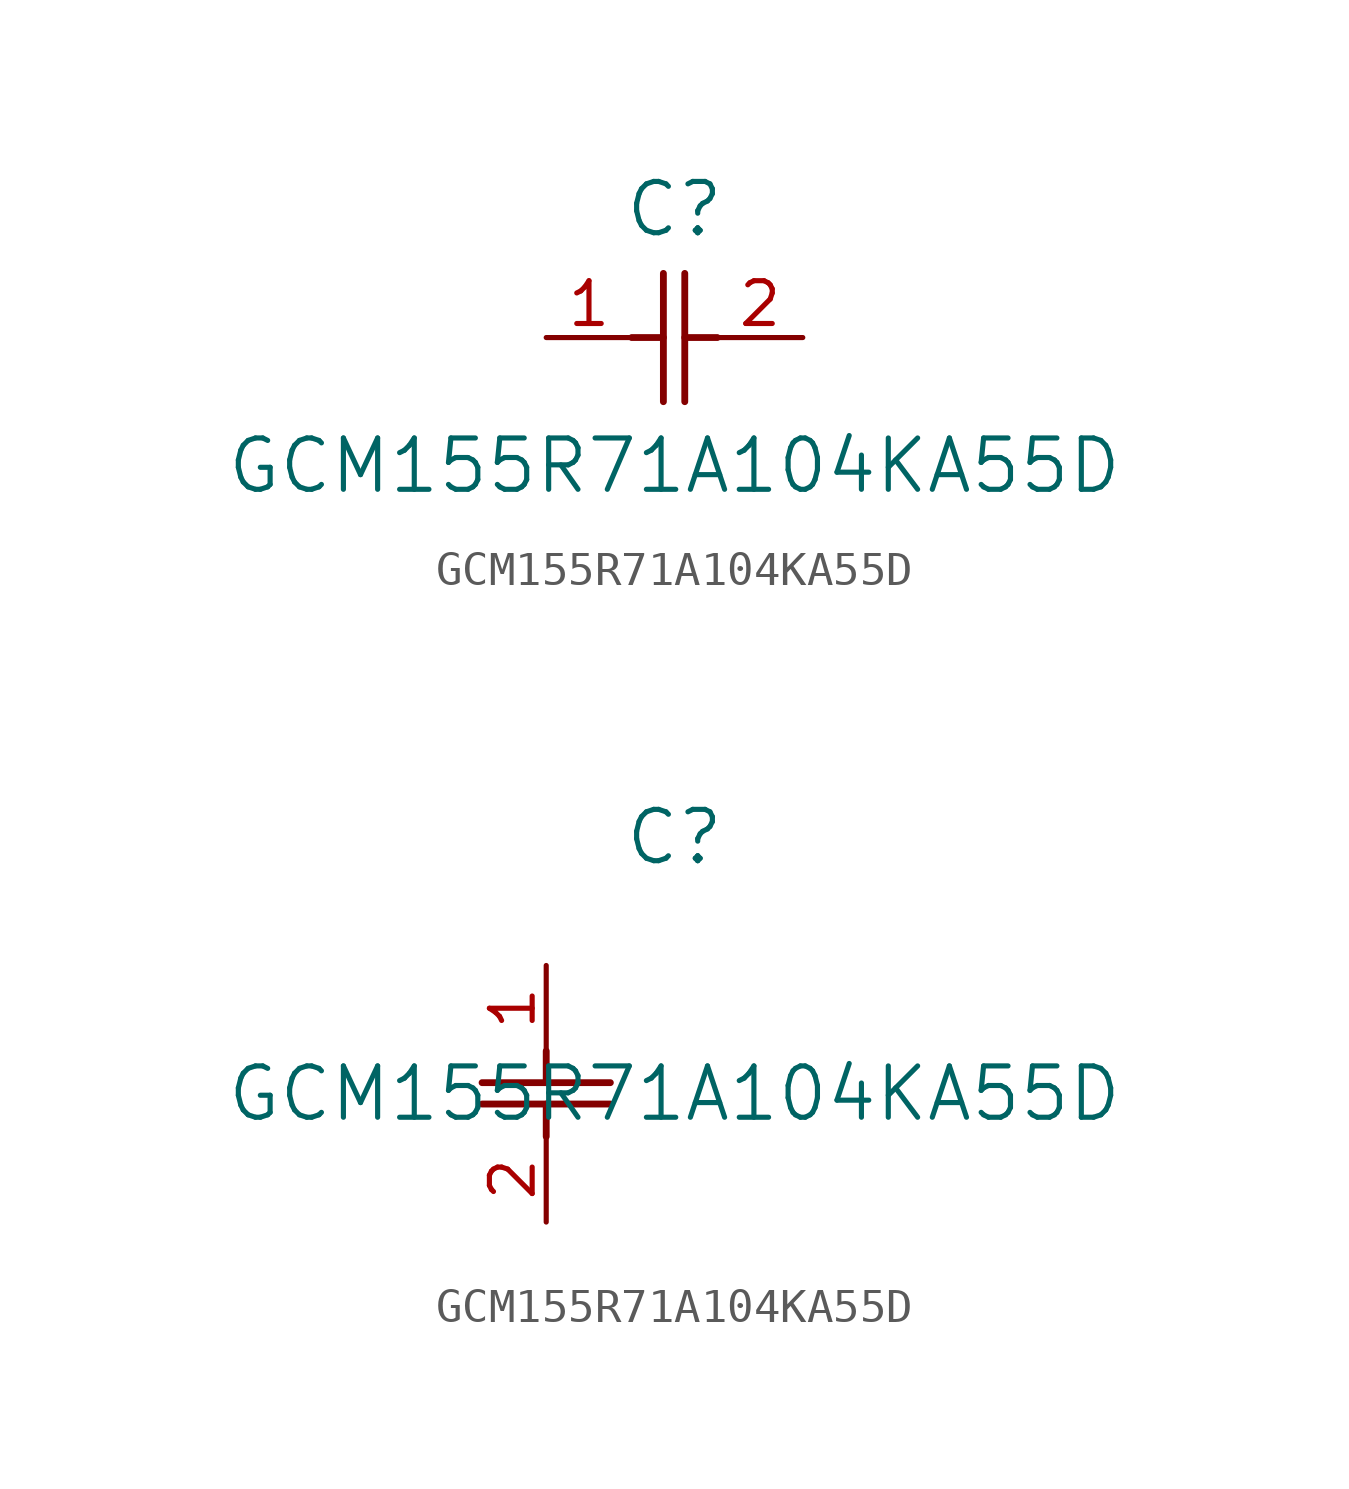
<source format=kicad_sym>
(kicad_symbol_lib
  (version 20211014)
  (generator kicad_symbol_editor)
  (symbol "GCM155R71A104KA55D"
    (pin_names
      (offset 0.254))
    (property "Reference" "C"
      (at 3.81 3.81 0)
      (effects (font (size 1.524 1.524))))
    (property "Value" "GCM155R71A104KA55D"
      (at 3.81 -3.81 0)
      (effects (font (size 1.524 1.524))))
    (symbol "GCM155R71A104KA55D_1_1"
      (polyline (pts (xy 3.48 -1.905) (xy 3.48 1.905)) (stroke (width 0.203) (type default) (color 0 0 0 0)) (fill (type none)))
      (polyline (pts (xy 4.115 -1.905) (xy 4.115 1.905)) (stroke (width 0.203) (type default) (color 0 0 0 0)) (fill (type none)))
      (polyline (pts (xy 4.115 0) (xy 5.08 0)) (stroke (width 0.203) (type default) (color 0 0 0 0)) (fill (type none)))
      (polyline (pts (xy 2.54 0) (xy 3.48 0)) (stroke (width 0.203) (type default) (color 0 0 0 0)) (fill (type none)))
      (pin unspecified line (at 0 0 0) (length 2.54) (name "" (effects (font (size 1.27 1.27)))) (number "1" (effects (font (size 1.27 1.27)))))
      (pin unspecified line (at 7.62 0 180) (length 2.54) (name "" (effects (font (size 1.27 1.27)))) (number "2" (effects (font (size 1.27 1.27))))))
    (symbol "GCM155R71A104KA55D_1_2"
      (polyline (pts (xy -1.905 -3.48) (xy 1.905 -3.48)) (stroke (width 0.203) (type default) (color 0 0 0 0)) (fill (type none)))
      (polyline (pts (xy -1.905 -4.115) (xy 1.905 -4.115)) (stroke (width 0.203) (type default) (color 0 0 0 0)) (fill (type none)))
      (polyline (pts (xy 0 -4.115) (xy 0 -5.08)) (stroke (width 0.203) (type default) (color 0 0 0 0)) (fill (type none)))
      (polyline (pts (xy 0 -2.54) (xy 0 -3.48)) (stroke (width 0.203) (type default) (color 0 0 0 0)) (fill (type none)))
      (pin unspecified line (at 0 0 270) (length 2.54) (name "" (effects (font (size 1.27 1.27)))) (number "1" (effects (font (size 1.27 1.27)))))
      (pin unspecified line (at 0 -7.62 90) (length 2.54) (name "" (effects (font (size 1.27 1.27)))) (number "2" (effects (font (size 1.27 1.27))))))))
</source>
